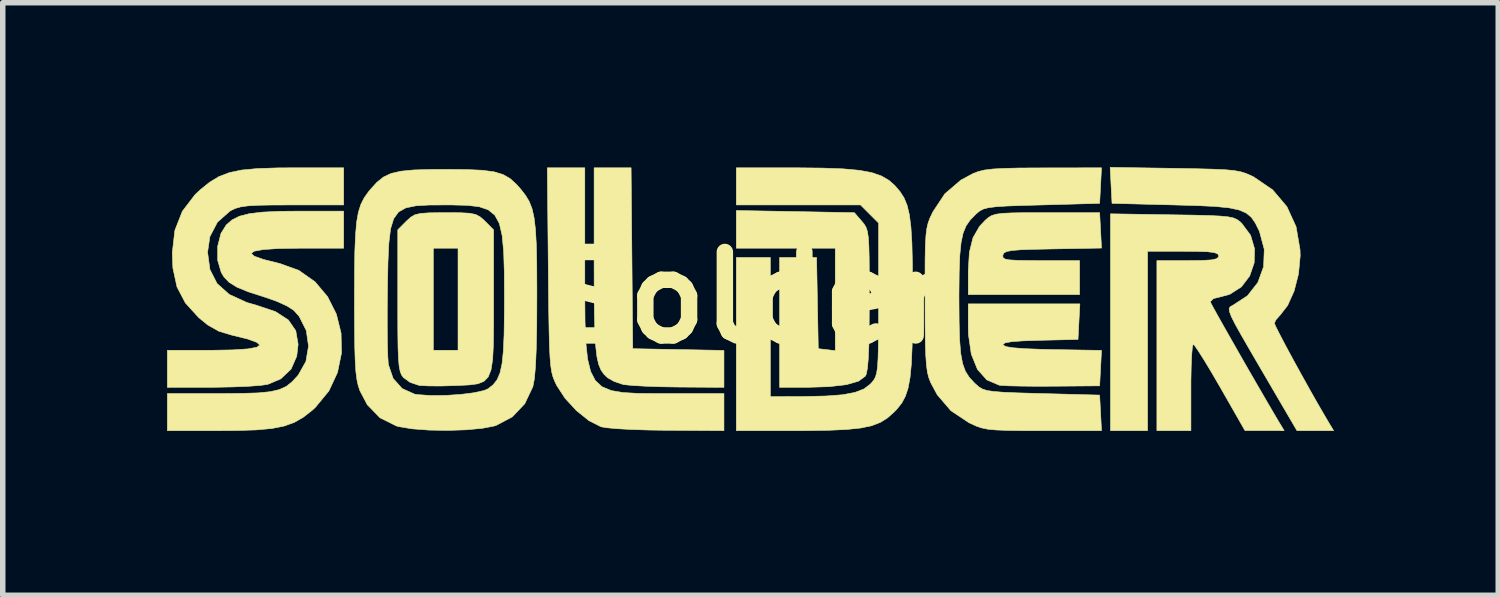
<source format=kicad_pcb>
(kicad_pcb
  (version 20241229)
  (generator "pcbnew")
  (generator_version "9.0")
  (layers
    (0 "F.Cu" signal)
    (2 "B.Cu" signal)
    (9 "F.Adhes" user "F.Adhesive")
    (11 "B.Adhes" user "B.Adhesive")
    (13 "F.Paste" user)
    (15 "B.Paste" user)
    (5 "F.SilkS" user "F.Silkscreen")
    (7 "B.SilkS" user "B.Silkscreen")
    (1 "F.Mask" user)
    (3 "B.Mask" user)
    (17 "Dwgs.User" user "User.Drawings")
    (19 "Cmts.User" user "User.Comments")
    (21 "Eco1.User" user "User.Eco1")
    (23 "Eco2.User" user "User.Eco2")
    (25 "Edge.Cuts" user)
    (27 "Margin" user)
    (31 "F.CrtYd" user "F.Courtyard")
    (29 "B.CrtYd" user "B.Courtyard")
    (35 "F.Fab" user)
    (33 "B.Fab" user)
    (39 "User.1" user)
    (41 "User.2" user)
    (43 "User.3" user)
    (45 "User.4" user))
  (footprint "Solder"
    (layer "F.Cu")
    (at 10.617 2.384)
    (property "Reference" "Solder" (at 0 0 0) (layer "F.SilkS") (effects (font (size 1.524 1.524) (thickness 0.3))))
    (attr through_hole)
    (fp_poly (pts (xy -2.132 -0.72) (xy -2.117 0.931) (xy -0.452 0.963) (xy -0.452 1.637) (xy -1.284 1.631) (xy -1.595 1.626) (xy -1.88 1.616) (xy -2.113 1.603) (xy -2.269 1.588) (xy -2.3 1.582) (xy -2.458 1.528) (xy -2.577 1.461) (xy -2.643 1.397) (xy -2.696 1.321) (xy -2.738 1.22) (xy -2.77 1.082) (xy -2.792 0.893) (xy -2.807 0.643) (xy -2.816 0.318) (xy -2.821 -0.093) (xy -2.822 -0.604) (xy -2.822 -0.676) (xy -2.822 -2.371) (xy -2.147 -2.371) (xy -2.132 -0.72)) (stroke (width 0.01) (type solid)) (fill yes) (layer "F.SilkS"))
    (fp_poly (pts (xy 6.028 0.437) (xy 6.011 0.762) (xy 5.316 0.778) (xy 5.007 0.788) (xy 4.8 0.803) (xy 4.682 0.824) (xy 4.642 0.853) (xy 4.643 0.863) (xy 4.692 0.892) (xy 4.821 0.914) (xy 5.041 0.931) (xy 5.361 0.943) (xy 5.553 0.947) (xy 6.44 0.962) (xy 6.423 1.286) (xy 6.406 1.609) (xy 5.56 1.616) (xy 5.251 1.617) (xy 4.972 1.614) (xy 4.748 1.609) (xy 4.603 1.601) (xy 4.572 1.597) (xy 4.347 1.501) (xy 4.176 1.31) (xy 4.063 1.031) (xy 4.011 0.67) (xy 4.008 0.538) (xy 4.008 0.113) (xy 6.045 0.113) (xy 6.028 0.437)) (stroke (width 0.01) (type solid)) (fill yes) (layer "F.SilkS"))
    (fp_poly (pts (xy 0.852 -1.572) (xy 1.929 -1.552) (xy 2.065 -1.394) (xy 2.109 -1.34) (xy 2.142 -1.285) (xy 2.166 -1.212) (xy 2.183 -1.105) (xy 2.193 -0.951) (xy 2.199 -0.733) (xy 2.201 -0.436) (xy 2.201 -0.045) (xy 2.201 0.049) (xy 2.199 0.502) (xy 2.194 0.853) (xy 2.183 1.112) (xy 2.167 1.289) (xy 2.146 1.396) (xy 2.129 1.432) (xy 2.006 1.523) (xy 1.786 1.587) (xy 1.465 1.624) (xy 1.087 1.636) (xy 0.564 1.637) (xy 0.564 -0.734) (xy 1.239 -0.734) (xy 1.27 0.931) (xy 1.425 0.949) (xy 1.58 0.967) (xy 1.58 -0.903) (xy -0.226 -0.903) (xy -0.226 -1.591) (xy 0.852 -1.572)) (stroke (width 0.01) (type solid)) (fill yes) (layer "F.SilkS"))
    (fp_poly (pts (xy 6.423 -1.229) (xy 6.44 -0.906) (xy 5.549 -0.89) (xy 5.211 -0.883) (xy 4.97 -0.875) (xy 4.808 -0.862) (xy 4.71 -0.843) (xy 4.66 -0.817) (xy 4.64 -0.78) (xy 4.639 -0.776) (xy 4.64 -0.735) (xy 4.675 -0.707) (xy 4.759 -0.69) (xy 4.912 -0.681) (xy 5.15 -0.678) (xy 5.33 -0.677) (xy 6.04 -0.677) (xy 6.04 -0.056) (xy 4.008 -0.056) (xy 4.008 -0.482) (xy 4.028 -0.829) (xy 4.094 -1.094) (xy 4.214 -1.303) (xy 4.315 -1.411) (xy 4.374 -1.462) (xy 4.435 -1.499) (xy 4.516 -1.524) (xy 4.636 -1.54) (xy 4.813 -1.548) (xy 5.065 -1.552) (xy 5.411 -1.552) (xy 5.437 -1.552) (xy 6.406 -1.552) (xy 6.423 -1.229)) (stroke (width 0.01) (type solid)) (fill yes) (layer "F.SilkS"))
    (fp_poly (pts (xy -2.992 -0.615) (xy -2.992 -0.037) (xy -2.988 0.438) (xy -2.973 0.821) (xy -2.941 1.121) (xy -2.885 1.349) (xy -2.8 1.513) (xy -2.677 1.626) (xy -2.511 1.695) (xy -2.295 1.732) (xy -2.022 1.747) (xy -1.687 1.75) (xy -1.453 1.75) (xy -0.452 1.75) (xy -0.452 2.427) (xy -1.482 2.421) (xy -1.825 2.416) (xy -2.141 2.406) (xy -2.408 2.391) (xy -2.603 2.373) (xy -2.697 2.356) (xy -2.914 2.246) (xy -3.143 2.063) (xy -3.351 1.838) (xy -3.505 1.602) (xy -3.509 1.594) (xy -3.545 1.517) (xy -3.574 1.441) (xy -3.597 1.353) (xy -3.614 1.238) (xy -3.627 1.085) (xy -3.637 0.88) (xy -3.644 0.61) (xy -3.65 0.262) (xy -3.655 -0.177) (xy -3.658 -0.522) (xy -3.676 -2.371) (xy -2.992 -2.371) (xy -2.992 -0.615)) (stroke (width 0.01) (type solid)) (fill yes) (layer "F.SilkS"))
    (fp_poly (pts (xy -5.273 -1.551) (xy -5.1 -1.542) (xy -4.987 -1.52) (xy -4.906 -1.478) (xy -4.83 -1.413) (xy -4.813 -1.396) (xy -4.657 -1.239) (xy -4.657 0.056) (xy -4.657 0.509) (xy -4.661 0.862) (xy -4.674 1.127) (xy -4.704 1.318) (xy -4.755 1.447) (xy -4.833 1.527) (xy -4.945 1.572) (xy -5.095 1.592) (xy -5.291 1.602) (xy -5.366 1.605) (xy -5.611 1.612) (xy -5.834 1.611) (xy -5.995 1.603) (xy -6.02 1.6) (xy -6.182 1.545) (xy -6.302 1.458) (xy -6.336 1.413) (xy -6.361 1.35) (xy -6.38 1.257) (xy -6.393 1.116) (xy -6.401 0.915) (xy -6.405 0.637) (xy -6.406 0.269) (xy -6.406 0.052) (xy -6.406 -0.903) (xy -5.757 -0.903) (xy -5.757 0.96) (xy -5.306 0.96) (xy -5.306 -0.903) (xy -5.757 -0.903) (xy -6.406 -0.903) (xy -6.406 -1.239) (xy -6.25 -1.396) (xy -6.172 -1.467) (xy -6.095 -1.513) (xy -5.99 -1.538) (xy -5.831 -1.549) (xy -5.592 -1.552) (xy -5.532 -1.552) (xy -5.273 -1.551)) (stroke (width 0.01) (type solid)) (fill yes) (layer "F.SilkS"))
    (fp_poly (pts (xy 1.342 -2.366) (xy 1.722 -2.352) (xy 2.019 -2.325) (xy 2.249 -2.282) (xy 2.425 -2.221) (xy 2.564 -2.139) (xy 2.667 -2.047) (xy 2.761 -1.938) (xy 2.835 -1.823) (xy 2.892 -1.685) (xy 2.933 -1.512) (xy 2.961 -1.288) (xy 2.979 -0.998) (xy 2.988 -0.628) (xy 2.991 -0.164) (xy 2.992 -0.018) (xy 2.99 0.485) (xy 2.983 0.89) (xy 2.969 1.21) (xy 2.945 1.459) (xy 2.909 1.652) (xy 2.859 1.802) (xy 2.793 1.924) (xy 2.708 2.031) (xy 2.653 2.088) (xy 2.533 2.195) (xy 2.403 2.276) (xy 2.245 2.337) (xy 2.044 2.379) (xy 1.785 2.406) (xy 1.449 2.421) (xy 1.023 2.427) (xy 0.85 2.427) (xy -0.226 2.427) (xy -0.226 -0.734) (xy 0.395 -0.734) (xy 0.395 1.806) (xy 1.002 1.804) (xy 1.405 1.795) (xy 1.712 1.772) (xy 1.94 1.729) (xy 2.105 1.665) (xy 2.222 1.576) (xy 2.242 1.554) (xy 2.282 1.505) (xy 2.313 1.45) (xy 2.335 1.377) (xy 2.351 1.27) (xy 2.361 1.114) (xy 2.367 0.896) (xy 2.37 0.6) (xy 2.371 0.211) (xy 2.371 0.021) (xy 2.371 -1.363) (xy 2.041 -1.693) (xy -0.226 -1.693) (xy -0.226 -2.371) (xy 0.865 -2.371) (xy 1.342 -2.366)) (stroke (width 0.01) (type solid)) (fill yes) (layer "F.SilkS"))
    (fp_poly (pts (xy 7.772 -2.361) (xy 8.168 -2.354) (xy 8.469 -2.346) (xy 8.692 -2.336) (xy 8.856 -2.321) (xy 8.979 -2.299) (xy 9.078 -2.268) (xy 9.172 -2.227) (xy 9.22 -2.203) (xy 9.565 -1.968) (xy 9.824 -1.662) (xy 9.992 -1.295) (xy 10.064 -0.875) (xy 10.067 -0.762) (xy 10.036 -0.434) (xy 9.956 -0.121) (xy 9.837 0.143) (xy 9.703 0.315) (xy 9.621 0.408) (xy 9.596 0.467) (xy 9.622 0.53) (xy 9.694 0.672) (xy 9.801 0.876) (xy 9.933 1.121) (xy 10.081 1.39) (xy 10.233 1.663) (xy 10.38 1.923) (xy 10.512 2.15) (xy 10.567 2.244) (xy 10.677 2.427) (xy 10.008 2.427) (xy 9.356 1.312) (xy 9.148 0.955) (xy 8.991 0.683) (xy 8.88 0.484) (xy 8.81 0.345) (xy 8.776 0.254) (xy 8.77 0.198) (xy 8.79 0.165) (xy 8.827 0.144) (xy 8.837 0.139) (xy 9.104 -0.035) (xy 9.294 -0.277) (xy 9.399 -0.566) (xy 9.411 -0.882) (xy 9.325 -1.205) (xy 9.317 -1.223) (xy 9.249 -1.361) (xy 9.176 -1.467) (xy 9.082 -1.545) (xy 8.952 -1.601) (xy 8.771 -1.64) (xy 8.522 -1.665) (xy 8.192 -1.681) (xy 7.765 -1.693) (xy 7.764 -1.693) (xy 6.632 -1.722) (xy 6.615 -2.05) (xy 6.598 -2.379) (xy 7.772 -2.361)) (stroke (width 0.01) (type solid)) (fill yes) (layer "F.SilkS"))
    (fp_poly (pts (xy -7.394 -1.693) (xy -8.34 -1.693) (xy -8.695 -1.692) (xy -8.957 -1.687) (xy -9.144 -1.676) (xy -9.276 -1.657) (xy -9.373 -1.629) (xy -9.454 -1.59) (xy -9.469 -1.581) (xy -9.698 -1.379) (xy -9.836 -1.114) (xy -9.878 -0.83) (xy -9.835 -0.514) (xy -9.705 -0.259) (xy -9.483 -0.06) (xy -9.163 0.087) (xy -8.976 0.141) (xy -8.639 0.254) (xy -8.404 0.406) (xy -8.268 0.603) (xy -8.225 0.851) (xy -8.25 1.067) (xy -8.353 1.303) (xy -8.542 1.482) (xy -8.782 1.583) (xy -8.92 1.602) (xy -9.142 1.618) (xy -9.421 1.629) (xy -9.729 1.635) (xy -9.807 1.636) (xy -10.612 1.637) (xy -10.612 0.96) (xy -9.796 0.96) (xy -9.417 0.953) (xy -9.144 0.935) (xy -8.98 0.905) (xy -8.924 0.865) (xy -8.979 0.815) (xy -9.144 0.755) (xy -9.421 0.687) (xy -9.438 0.683) (xy -9.673 0.612) (xy -9.875 0.498) (xy -10.041 0.362) (xy -10.283 0.096) (xy -10.436 -0.196) (xy -10.511 -0.541) (xy -10.522 -0.818) (xy -10.475 -1.229) (xy -10.338 -1.578) (xy -10.105 -1.882) (xy -10.009 -1.972) (xy -9.84 -2.108) (xy -9.672 -2.21) (xy -9.484 -2.282) (xy -9.257 -2.33) (xy -8.969 -2.357) (xy -8.602 -2.369) (xy -8.316 -2.371) (xy -7.394 -2.371) (xy -7.394 -1.693)) (stroke (width 0.01) (type solid)) (fill yes) (layer "F.SilkS"))
    (fp_poly (pts (xy 7.728 -1.513) (xy 8.112 -1.507) (xy 8.399 -1.5) (xy 8.606 -1.49) (xy 8.75 -1.476) (xy 8.847 -1.456) (xy 8.915 -1.426) (xy 8.968 -1.387) (xy 8.999 -1.358) (xy 9.161 -1.14) (xy 9.234 -0.892) (xy 9.227 -0.636) (xy 9.145 -0.397) (xy 8.994 -0.198) (xy 8.782 -0.062) (xy 8.637 -0.022) (xy 8.481 0.017) (xy 8.43 0.07) (xy 8.433 0.091) (xy 8.468 0.158) (xy 8.549 0.305) (xy 8.667 0.515) (xy 8.812 0.77) (xy 8.973 1.053) (xy 9.141 1.346) (xy 9.306 1.631) (xy 9.458 1.893) (xy 9.586 2.112) (xy 9.664 2.244) (xy 9.774 2.427) (xy 9.417 2.426) (xy 9.059 2.426) (xy 8.608 1.637) (xy 8.453 1.371) (xy 8.316 1.143) (xy 8.206 0.97) (xy 8.135 0.868) (xy 8.114 0.847) (xy 8.099 0.9) (xy 8.086 1.046) (xy 8.077 1.264) (xy 8.072 1.534) (xy 8.072 1.637) (xy 8.072 2.427) (xy 7.451 2.427) (xy 7.451 -0.677) (xy 8.015 -0.677) (xy 8.278 -0.68) (xy 8.447 -0.69) (xy 8.541 -0.711) (xy 8.577 -0.744) (xy 8.58 -0.762) (xy 8.562 -0.799) (xy 8.498 -0.824) (xy 8.371 -0.839) (xy 8.162 -0.845) (xy 7.93 -0.847) (xy 7.281 -0.847) (xy 7.281 2.427) (xy 6.604 2.427) (xy 6.604 -1.531) (xy 7.728 -1.513)) (stroke (width 0.01) (type solid)) (fill yes) (layer "F.SilkS"))
    (fp_poly (pts (xy -7.394 -0.903) (xy -8.209 -0.903) (xy -8.589 -0.897) (xy -8.861 -0.879) (xy -9.026 -0.849) (xy -9.081 -0.808) (xy -9.027 -0.758) (xy -8.862 -0.699) (xy -8.585 -0.63) (xy -8.569 -0.627) (xy -8.211 -0.498) (xy -7.916 -0.29) (xy -7.687 -0.018) (xy -7.527 0.3) (xy -7.441 0.647) (xy -7.433 1.008) (xy -7.506 1.365) (xy -7.663 1.702) (xy -7.91 2.002) (xy -7.969 2.056) (xy -8.13 2.182) (xy -8.294 2.276) (xy -8.48 2.343) (xy -8.706 2.388) (xy -8.994 2.414) (xy -9.361 2.425) (xy -9.662 2.427) (xy -10.612 2.427) (xy -10.612 1.75) (xy -9.649 1.75) (xy -9.256 1.747) (xy -8.957 1.738) (xy -8.734 1.716) (xy -8.569 1.678) (xy -8.442 1.62) (xy -8.336 1.536) (xy -8.232 1.424) (xy -8.223 1.413) (xy -8.083 1.165) (xy -8.035 0.884) (xy -8.076 0.6) (xy -8.205 0.343) (xy -8.304 0.231) (xy -8.425 0.153) (xy -8.614 0.067) (xy -8.831 -0.01) (xy -8.833 -0.01) (xy -9.132 -0.106) (xy -9.342 -0.192) (xy -9.484 -0.28) (xy -9.581 -0.381) (xy -9.629 -0.462) (xy -9.694 -0.684) (xy -9.694 -0.936) (xy -9.634 -1.172) (xy -9.537 -1.328) (xy -9.431 -1.42) (xy -9.297 -1.487) (xy -9.118 -1.533) (xy -8.877 -1.562) (xy -8.555 -1.577) (xy -8.199 -1.58) (xy -7.394 -1.58) (xy -7.394 -0.903)) (stroke (width 0.01) (type solid)) (fill yes) (layer "F.SilkS"))
    (fp_poly (pts (xy 6.423 -2.046) (xy 6.406 -1.722) (xy 5.352 -1.693) (xy 4.983 -1.683) (xy 4.708 -1.673) (xy 4.512 -1.66) (xy 4.377 -1.643) (xy 4.285 -1.619) (xy 4.219 -1.585) (xy 4.162 -1.539) (xy 4.146 -1.524) (xy 4.044 -1.42) (xy 3.968 -1.311) (xy 3.913 -1.177) (xy 3.876 -1.003) (xy 3.853 -0.771) (xy 3.842 -0.464) (xy 3.838 -0.065) (xy 3.838 0.028) (xy 3.841 0.448) (xy 3.85 0.772) (xy 3.87 1.018) (xy 3.904 1.202) (xy 3.955 1.343) (xy 4.027 1.456) (xy 4.123 1.559) (xy 4.146 1.58) (xy 4.203 1.63) (xy 4.265 1.667) (xy 4.348 1.694) (xy 4.469 1.712) (xy 4.646 1.726) (xy 4.897 1.737) (xy 5.238 1.747) (xy 5.352 1.75) (xy 6.406 1.778) (xy 6.423 2.103) (xy 6.44 2.427) (xy 5.376 2.427) (xy 5.003 2.427) (xy 4.723 2.423) (xy 4.517 2.415) (xy 4.366 2.401) (xy 4.25 2.377) (xy 4.151 2.343) (xy 4.048 2.295) (xy 4.02 2.282) (xy 3.692 2.064) (xy 3.442 1.773) (xy 3.323 1.552) (xy 3.289 1.466) (xy 3.263 1.365) (xy 3.245 1.232) (xy 3.232 1.052) (xy 3.224 0.808) (xy 3.22 0.485) (xy 3.219 0.067) (xy 3.219 0.025) (xy 3.219 -0.391) (xy 3.22 -0.711) (xy 3.225 -0.952) (xy 3.235 -1.13) (xy 3.251 -1.261) (xy 3.275 -1.364) (xy 3.308 -1.453) (xy 3.352 -1.546) (xy 3.363 -1.568) (xy 3.58 -1.896) (xy 3.872 -2.146) (xy 4.092 -2.265) (xy 4.189 -2.302) (xy 4.303 -2.33) (xy 4.454 -2.349) (xy 4.659 -2.36) (xy 4.937 -2.367) (xy 5.307 -2.369) (xy 5.379 -2.369) (xy 6.44 -2.371) (xy 6.423 -2.046)) (stroke (width 0.01) (type solid)) (fill yes) (layer "F.SilkS"))
    (fp_poly (pts (xy -5.15 -2.339) (xy -4.862 -2.326) (xy -4.646 -2.297) (xy -4.484 -2.248) (xy -4.354 -2.173) (xy -4.238 -2.067) (xy -4.16 -1.979) (xy -4.074 -1.868) (xy -4.006 -1.755) (xy -3.955 -1.624) (xy -3.918 -1.46) (xy -3.893 -1.249) (xy -3.877 -0.975) (xy -3.869 -0.623) (xy -3.867 -0.179) (xy -3.867 0) (xy -3.869 0.521) (xy -3.878 0.936) (xy -3.892 1.252) (xy -3.912 1.478) (xy -3.939 1.62) (xy -3.94 1.624) (xy -4.088 1.936) (xy -4.316 2.176) (xy -4.61 2.331) (xy -4.644 2.342) (xy -4.867 2.385) (xy -5.163 2.412) (xy -5.498 2.423) (xy -5.836 2.417) (xy -6.142 2.394) (xy -6.381 2.355) (xy -6.428 2.343) (xy -6.73 2.193) (xy -6.962 1.955) (xy -7.097 1.698) (xy -7.129 1.602) (xy -7.153 1.49) (xy -7.171 1.346) (xy -7.183 1.154) (xy -7.191 0.899) (xy -7.195 0.565) (xy -7.195 0.54) (xy -6.598 0.54) (xy -6.595 0.838) (xy -6.588 1.068) (xy -6.579 1.211) (xy -6.577 1.222) (xy -6.491 1.474) (xy -6.326 1.659) (xy -6.101 1.76) (xy -6.049 1.769) (xy -5.807 1.786) (xy -5.533 1.784) (xy -5.258 1.766) (xy -5.013 1.735) (xy -4.829 1.694) (xy -4.758 1.663) (xy -4.665 1.59) (xy -4.593 1.499) (xy -4.54 1.375) (xy -4.502 1.203) (xy -4.478 0.97) (xy -4.465 0.66) (xy -4.46 0.259) (xy -4.459 0.028) (xy -4.461 -0.457) (xy -4.473 -0.842) (xy -4.501 -1.137) (xy -4.552 -1.355) (xy -4.635 -1.507) (xy -4.756 -1.605) (xy -4.922 -1.661) (xy -5.14 -1.686) (xy -5.419 -1.693) (xy -5.513 -1.693) (xy -5.828 -1.692) (xy -6.073 -1.678) (xy -6.258 -1.64) (xy -6.391 -1.566) (xy -6.481 -1.442) (xy -6.538 -1.256) (xy -6.569 -0.995) (xy -6.585 -0.648) (xy -6.594 -0.201) (xy -6.594 -0.17) (xy -6.598 0.197) (xy -6.598 0.54) (xy -7.195 0.54) (xy -7.197 0.137) (xy -7.197 0.028) (xy -7.195 -0.456) (xy -7.19 -0.842) (xy -7.177 -1.145) (xy -7.157 -1.379) (xy -7.125 -1.56) (xy -7.08 -1.702) (xy -7.021 -1.82) (xy -6.944 -1.929) (xy -6.903 -1.979) (xy -6.785 -2.108) (xy -6.666 -2.203) (xy -6.527 -2.268) (xy -6.349 -2.309) (xy -6.11 -2.332) (xy -5.791 -2.341) (xy -5.532 -2.342) (xy -5.15 -2.339)) (stroke (width 0.01) (type solid)) (fill yes) (layer "F.SilkS")))
  (gr_rect
    (start -3 -3)
    (end 24.299 7.816)
    (stroke (width 0.1) (type default))
    (fill no)
    (layer "Edge.Cuts")))
</source>
